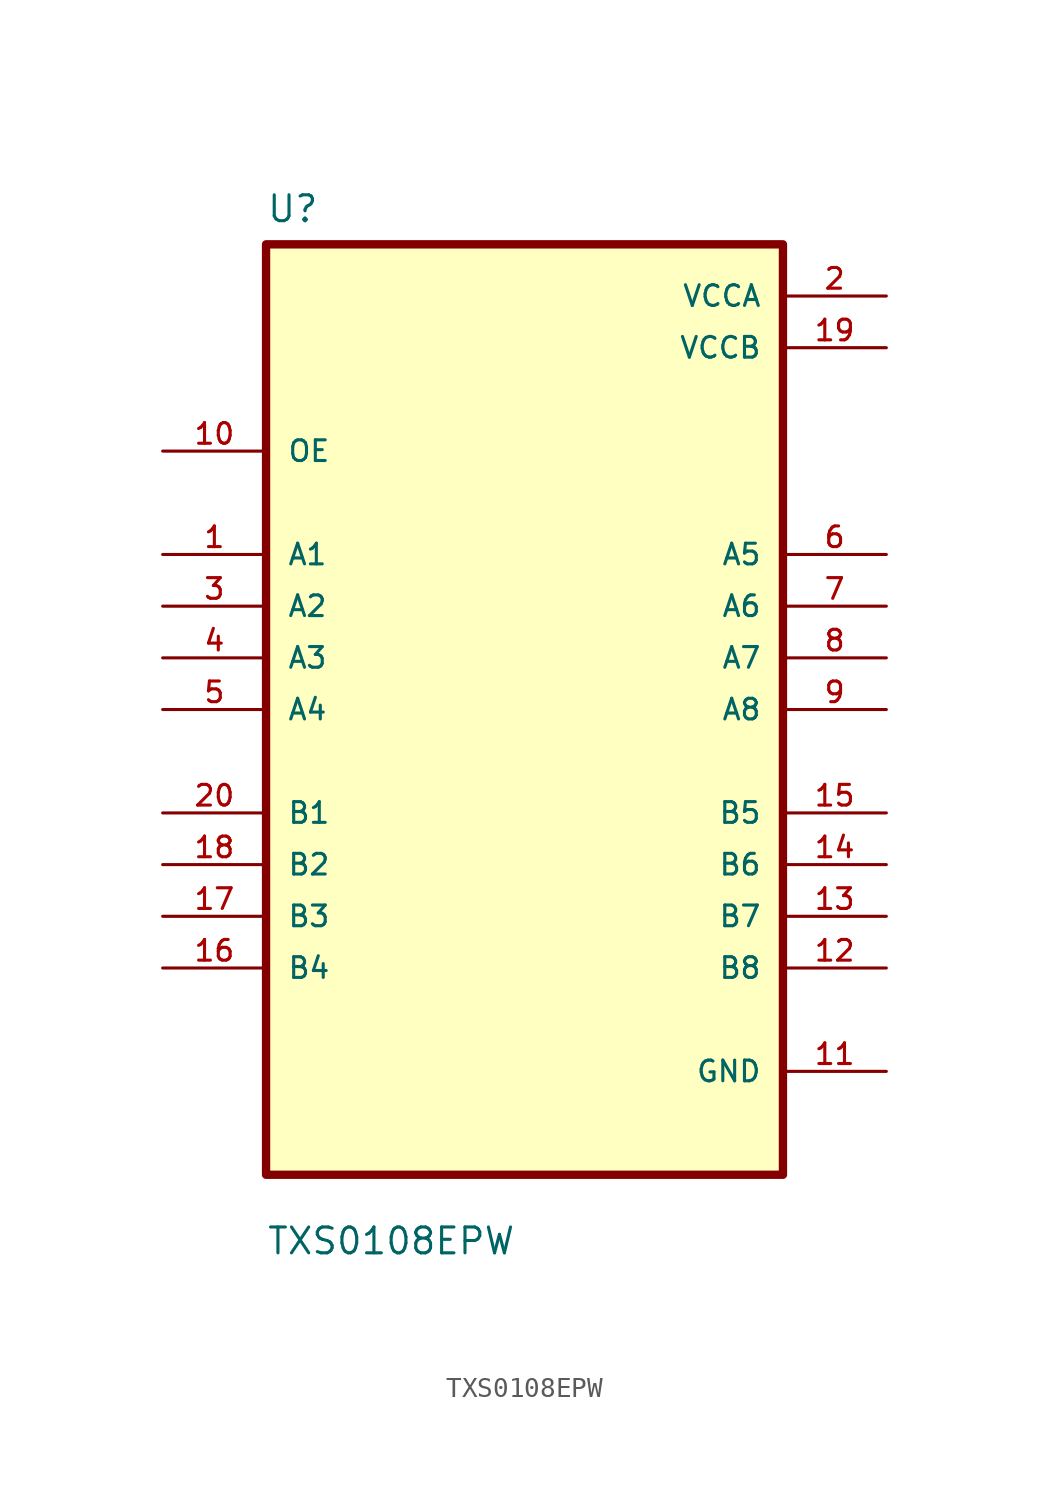
<source format=kicad_sym>
(kicad_symbol_lib
  (version 20211014)
  (generator kicad_symbol_editor)
  (symbol "TXS0108EPW"
    (pin_names
      (offset 1.016))
    (property "Reference" "U"
      (at -12.7 23.86 0.0)
      (effects (font (size 1.27 1.27)) (justify bottom left)))
    (property "Value" "TXS0108EPW"
      (at -12.7 -26.86 0.0)
      (effects (font (size 1.27 1.27)) (justify bottom left)))
    (symbol "TXS0108EPW_0_0"
      (rectangle (start -12.7 -22.86) (end 12.7 22.86) (stroke (width 0.41)) (fill (type background)))
      (pin input line (at -17.78 12.7 0) (length 5.08) (name "OE" (effects (font (size 1.016 1.016)))) (number "10" (effects (font (size 1.016 1.016)))))
      (pin bidirectional line (at -17.78 7.62 0) (length 5.08) (name "A1" (effects (font (size 1.016 1.016)))) (number "1" (effects (font (size 1.016 1.016)))))
      (pin bidirectional line (at -17.78 5.08 0) (length 5.08) (name "A2" (effects (font (size 1.016 1.016)))) (number "3" (effects (font (size 1.016 1.016)))))
      (pin bidirectional line (at -17.78 2.54 0) (length 5.08) (name "A3" (effects (font (size 1.016 1.016)))) (number "4" (effects (font (size 1.016 1.016)))))
      (pin bidirectional line (at -17.78 0.0 0) (length 5.08) (name "A4" (effects (font (size 1.016 1.016)))) (number "5" (effects (font (size 1.016 1.016)))))
      (pin bidirectional line (at -17.78 -5.08 0) (length 5.08) (name "B1" (effects (font (size 1.016 1.016)))) (number "20" (effects (font (size 1.016 1.016)))))
      (pin bidirectional line (at -17.78 -7.62 0) (length 5.08) (name "B2" (effects (font (size 1.016 1.016)))) (number "18" (effects (font (size 1.016 1.016)))))
      (pin bidirectional line (at -17.78 -10.16 0) (length 5.08) (name "B3" (effects (font (size 1.016 1.016)))) (number "17" (effects (font (size 1.016 1.016)))))
      (pin bidirectional line (at -17.78 -12.7 0) (length 5.08) (name "B4" (effects (font (size 1.016 1.016)))) (number "16" (effects (font (size 1.016 1.016)))))
      (pin power_in line (at 17.78 20.32 180.0) (length 5.08) (name "VCCA" (effects (font (size 1.016 1.016)))) (number "2" (effects (font (size 1.016 1.016)))))
      (pin power_in line (at 17.78 17.78 180.0) (length 5.08) (name "VCCB" (effects (font (size 1.016 1.016)))) (number "19" (effects (font (size 1.016 1.016)))))
      (pin bidirectional line (at 17.78 7.62 180.0) (length 5.08) (name "A5" (effects (font (size 1.016 1.016)))) (number "6" (effects (font (size 1.016 1.016)))))
      (pin bidirectional line (at 17.78 5.08 180.0) (length 5.08) (name "A6" (effects (font (size 1.016 1.016)))) (number "7" (effects (font (size 1.016 1.016)))))
      (pin bidirectional line (at 17.78 2.54 180.0) (length 5.08) (name "A7" (effects (font (size 1.016 1.016)))) (number "8" (effects (font (size 1.016 1.016)))))
      (pin bidirectional line (at 17.78 8.88178e-16 180.0) (length 5.08) (name "A8" (effects (font (size 1.016 1.016)))) (number "9" (effects (font (size 1.016 1.016)))))
      (pin bidirectional line (at 17.78 -5.08 180.0) (length 5.08) (name "B5" (effects (font (size 1.016 1.016)))) (number "15" (effects (font (size 1.016 1.016)))))
      (pin bidirectional line (at 17.78 -7.62 180.0) (length 5.08) (name "B6" (effects (font (size 1.016 1.016)))) (number "14" (effects (font (size 1.016 1.016)))))
      (pin bidirectional line (at 17.78 -10.16 180.0) (length 5.08) (name "B7" (effects (font (size 1.016 1.016)))) (number "13" (effects (font (size 1.016 1.016)))))
      (pin bidirectional line (at 17.78 -12.7 180.0) (length 5.08) (name "B8" (effects (font (size 1.016 1.016)))) (number "12" (effects (font (size 1.016 1.016)))))
      (pin power_in line (at 17.78 -17.78 180.0) (length 5.08) (name "GND" (effects (font (size 1.016 1.016)))) (number "11" (effects (font (size 1.016 1.016))))))))
</source>
